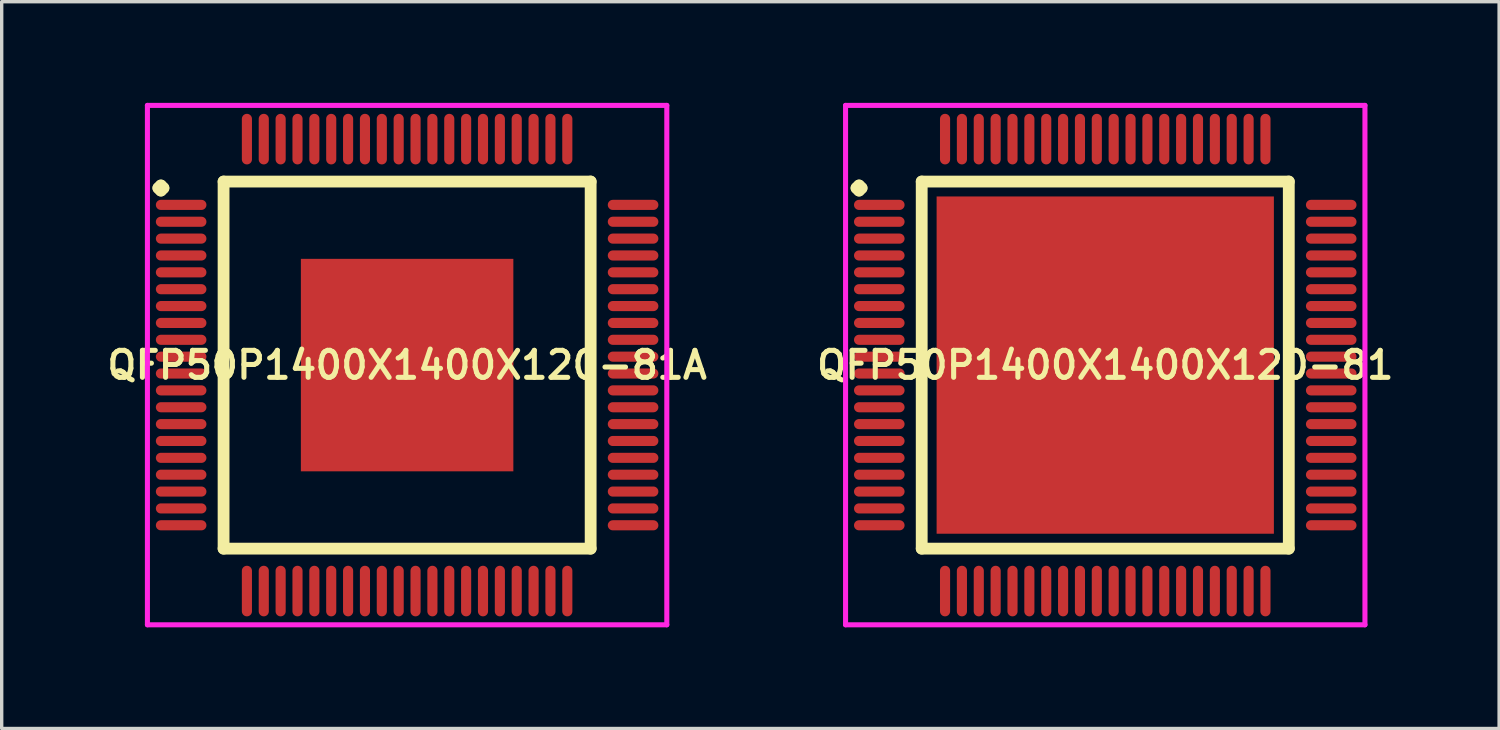
<source format=kicad_pcb>
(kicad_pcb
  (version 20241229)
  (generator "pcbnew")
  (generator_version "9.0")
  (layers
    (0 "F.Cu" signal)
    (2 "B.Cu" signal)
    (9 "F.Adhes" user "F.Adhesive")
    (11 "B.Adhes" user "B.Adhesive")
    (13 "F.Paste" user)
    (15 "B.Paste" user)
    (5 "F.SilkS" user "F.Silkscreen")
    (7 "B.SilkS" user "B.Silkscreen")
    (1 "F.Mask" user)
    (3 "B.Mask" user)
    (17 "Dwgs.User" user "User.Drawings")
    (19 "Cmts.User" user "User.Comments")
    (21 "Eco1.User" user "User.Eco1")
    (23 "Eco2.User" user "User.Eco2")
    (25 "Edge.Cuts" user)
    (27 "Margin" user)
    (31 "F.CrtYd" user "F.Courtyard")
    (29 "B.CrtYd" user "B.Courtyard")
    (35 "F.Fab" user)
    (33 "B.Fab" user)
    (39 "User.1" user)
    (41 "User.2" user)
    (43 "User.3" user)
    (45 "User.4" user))
  (footprint "QFP50P1400X1400X120-81A"
    (layer "F.Cu")
    (at 9.021 7.775)
    (property "Reference" "QFP50P1400X1400X120-81A" (at 0 0 0) (layer "F.SilkS") (effects (font (size 0.8 0.8) (thickness 0.15))))
    (attr smd)
    (fp_line (start -7.375 -5.25) (end -7.3 -5.325) (stroke (width 0.35) (type solid)) (layer "F.SilkS"))
    (fp_line (start -7.3 -5.325) (end -7.225 -5.25) (stroke (width 0.35) (type solid)) (layer "F.SilkS"))
    (fp_line (start -7.3 -5.175) (end -7.375 -5.25) (stroke (width 0.35) (type solid)) (layer "F.SilkS"))
    (fp_line (start -7.225 -5.25) (end -7.3 -5.175) (stroke (width 0.35) (type solid)) (layer "F.SilkS"))
    (fp_line (start -5.442 -5.442) (end -5.442 5.442) (stroke (width 0.35) (type solid)) (layer "F.SilkS"))
    (fp_line (start -5.442 5.442) (end 5.442 5.442) (stroke (width 0.35) (type solid)) (layer "F.SilkS"))
    (fp_line (start 5.442 -5.442) (end -5.442 -5.442) (stroke (width 0.35) (type solid)) (layer "F.SilkS"))
    (fp_line (start 5.442 5.442) (end 5.442 -5.442) (stroke (width 0.35) (type solid)) (layer "F.SilkS"))
    (fp_line (start -7.7 -7.7) (end 7.7 -7.7) (stroke (width 0.15) (type solid)) (layer "F.CrtYd"))
    (fp_line (start -7.7 7.7) (end -7.7 -7.7) (stroke (width 0.15) (type solid)) (layer "F.CrtYd"))
    (fp_line (start 7.7 -7.7) (end 7.7 7.7) (stroke (width 0.15) (type solid)) (layer "F.CrtYd"))
    (fp_line (start 7.7 7.7) (end -7.7 7.7) (stroke (width 0.15) (type solid)) (layer "F.CrtYd"))
    (pad "1" smd oval (at -6.7 -4.75) (size 1.5 0.3) (layers "F.Cu" "F.Mask" "F.Paste"))
    (pad "2" smd oval (at -6.7 -4.25) (size 1.5 0.3) (layers "F.Cu" "F.Mask" "F.Paste"))
    (pad "3" smd oval (at -6.7 -3.75) (size 1.5 0.3) (layers "F.Cu" "F.Mask" "F.Paste"))
    (pad "4" smd oval (at -6.7 -3.25) (size 1.5 0.3) (layers "F.Cu" "F.Mask" "F.Paste"))
    (pad "5" smd oval (at -6.7 -2.75) (size 1.5 0.3) (layers "F.Cu" "F.Mask" "F.Paste"))
    (pad "6" smd oval (at -6.7 -2.25) (size 1.5 0.3) (layers "F.Cu" "F.Mask" "F.Paste"))
    (pad "7" smd oval (at -6.7 -1.75) (size 1.5 0.3) (layers "F.Cu" "F.Mask" "F.Paste"))
    (pad "8" smd oval (at -6.7 -1.25) (size 1.5 0.3) (layers "F.Cu" "F.Mask" "F.Paste"))
    (pad "9" smd oval (at -6.7 -0.75) (size 1.5 0.3) (layers "F.Cu" "F.Mask" "F.Paste"))
    (pad "10" smd oval (at -6.7 -0.25) (size 1.5 0.3) (layers "F.Cu" "F.Mask" "F.Paste"))
    (pad "11" smd oval (at -6.7 0.25) (size 1.5 0.3) (layers "F.Cu" "F.Mask" "F.Paste"))
    (pad "12" smd oval (at -6.7 0.75) (size 1.5 0.3) (layers "F.Cu" "F.Mask" "F.Paste"))
    (pad "13" smd oval (at -6.7 1.25) (size 1.5 0.3) (layers "F.Cu" "F.Mask" "F.Paste"))
    (pad "14" smd oval (at -6.7 1.75) (size 1.5 0.3) (layers "F.Cu" "F.Mask" "F.Paste"))
    (pad "15" smd oval (at -6.7 2.25) (size 1.5 0.3) (layers "F.Cu" "F.Mask" "F.Paste"))
    (pad "16" smd oval (at -6.7 2.75) (size 1.5 0.3) (layers "F.Cu" "F.Mask" "F.Paste"))
    (pad "17" smd oval (at -6.7 3.25) (size 1.5 0.3) (layers "F.Cu" "F.Mask" "F.Paste"))
    (pad "18" smd oval (at -6.7 3.75) (size 1.5 0.3) (layers "F.Cu" "F.Mask" "F.Paste"))
    (pad "19" smd oval (at -6.7 4.25) (size 1.5 0.3) (layers "F.Cu" "F.Mask" "F.Paste"))
    (pad "20" smd oval (at -6.7 4.75) (size 1.5 0.3) (layers "F.Cu" "F.Mask" "F.Paste"))
    (pad "21" smd oval (at -4.75 6.7) (size 0.3 1.5) (layers "F.Cu" "F.Mask" "F.Paste"))
    (pad "22" smd oval (at -4.25 6.7) (size 0.3 1.5) (layers "F.Cu" "F.Mask" "F.Paste"))
    (pad "23" smd oval (at -3.75 6.7) (size 0.3 1.5) (layers "F.Cu" "F.Mask" "F.Paste"))
    (pad "24" smd oval (at -3.25 6.7) (size 0.3 1.5) (layers "F.Cu" "F.Mask" "F.Paste"))
    (pad "25" smd oval (at -2.75 6.7) (size 0.3 1.5) (layers "F.Cu" "F.Mask" "F.Paste"))
    (pad "26" smd oval (at -2.25 6.7) (size 0.3 1.5) (layers "F.Cu" "F.Mask" "F.Paste"))
    (pad "27" smd oval (at -1.75 6.7) (size 0.3 1.5) (layers "F.Cu" "F.Mask" "F.Paste"))
    (pad "28" smd oval (at -1.25 6.7) (size 0.3 1.5) (layers "F.Cu" "F.Mask" "F.Paste"))
    (pad "29" smd oval (at -0.75 6.7) (size 0.3 1.5) (layers "F.Cu" "F.Mask" "F.Paste"))
    (pad "30" smd oval (at -0.25 6.7) (size 0.3 1.5) (layers "F.Cu" "F.Mask" "F.Paste"))
    (pad "31" smd oval (at 0.25 6.7) (size 0.3 1.5) (layers "F.Cu" "F.Mask" "F.Paste"))
    (pad "32" smd oval (at 0.75 6.7) (size 0.3 1.5) (layers "F.Cu" "F.Mask" "F.Paste"))
    (pad "33" smd oval (at 1.25 6.7) (size 0.3 1.5) (layers "F.Cu" "F.Mask" "F.Paste"))
    (pad "34" smd oval (at 1.75 6.7) (size 0.3 1.5) (layers "F.Cu" "F.Mask" "F.Paste"))
    (pad "35" smd oval (at 2.25 6.7) (size 0.3 1.5) (layers "F.Cu" "F.Mask" "F.Paste"))
    (pad "36" smd oval (at 2.75 6.7) (size 0.3 1.5) (layers "F.Cu" "F.Mask" "F.Paste"))
    (pad "37" smd oval (at 3.25 6.7) (size 0.3 1.5) (layers "F.Cu" "F.Mask" "F.Paste"))
    (pad "38" smd oval (at 3.75 6.7) (size 0.3 1.5) (layers "F.Cu" "F.Mask" "F.Paste"))
    (pad "39" smd oval (at 4.25 6.7) (size 0.3 1.5) (layers "F.Cu" "F.Mask" "F.Paste"))
    (pad "40" smd oval (at 4.75 6.7) (size 0.3 1.5) (layers "F.Cu" "F.Mask" "F.Paste"))
    (pad "41" smd oval (at 6.7 4.75) (size 1.5 0.3) (layers "F.Cu" "F.Mask" "F.Paste"))
    (pad "42" smd oval (at 6.7 4.25) (size 1.5 0.3) (layers "F.Cu" "F.Mask" "F.Paste"))
    (pad "43" smd oval (at 6.7 3.75) (size 1.5 0.3) (layers "F.Cu" "F.Mask" "F.Paste"))
    (pad "44" smd oval (at 6.7 3.25) (size 1.5 0.3) (layers "F.Cu" "F.Mask" "F.Paste"))
    (pad "45" smd oval (at 6.7 2.75) (size 1.5 0.3) (layers "F.Cu" "F.Mask" "F.Paste"))
    (pad "46" smd oval (at 6.7 2.25) (size 1.5 0.3) (layers "F.Cu" "F.Mask" "F.Paste"))
    (pad "47" smd oval (at 6.7 1.75) (size 1.5 0.3) (layers "F.Cu" "F.Mask" "F.Paste"))
    (pad "48" smd oval (at 6.7 1.25) (size 1.5 0.3) (layers "F.Cu" "F.Mask" "F.Paste"))
    (pad "49" smd oval (at 6.7 0.75) (size 1.5 0.3) (layers "F.Cu" "F.Mask" "F.Paste"))
    (pad "50" smd oval (at 6.7 0.25) (size 1.5 0.3) (layers "F.Cu" "F.Mask" "F.Paste"))
    (pad "51" smd oval (at 6.7 -0.25) (size 1.5 0.3) (layers "F.Cu" "F.Mask" "F.Paste"))
    (pad "52" smd oval (at 6.7 -0.75) (size 1.5 0.3) (layers "F.Cu" "F.Mask" "F.Paste"))
    (pad "53" smd oval (at 6.7 -1.25) (size 1.5 0.3) (layers "F.Cu" "F.Mask" "F.Paste"))
    (pad "54" smd oval (at 6.7 -1.75) (size 1.5 0.3) (layers "F.Cu" "F.Mask" "F.Paste"))
    (pad "55" smd oval (at 6.7 -2.25) (size 1.5 0.3) (layers "F.Cu" "F.Mask" "F.Paste"))
    (pad "56" smd oval (at 6.7 -2.75) (size 1.5 0.3) (layers "F.Cu" "F.Mask" "F.Paste"))
    (pad "57" smd oval (at 6.7 -3.25) (size 1.5 0.3) (layers "F.Cu" "F.Mask" "F.Paste"))
    (pad "58" smd oval (at 6.7 -3.75) (size 1.5 0.3) (layers "F.Cu" "F.Mask" "F.Paste"))
    (pad "59" smd oval (at 6.7 -4.25) (size 1.5 0.3) (layers "F.Cu" "F.Mask" "F.Paste"))
    (pad "60" smd oval (at 6.7 -4.75) (size 1.5 0.3) (layers "F.Cu" "F.Mask" "F.Paste"))
    (pad "61" smd oval (at 4.75 -6.7) (size 0.3 1.5) (layers "F.Cu" "F.Mask" "F.Paste"))
    (pad "62" smd oval (at 4.25 -6.7) (size 0.3 1.5) (layers "F.Cu" "F.Mask" "F.Paste"))
    (pad "63" smd oval (at 3.75 -6.7) (size 0.3 1.5) (layers "F.Cu" "F.Mask" "F.Paste"))
    (pad "64" smd oval (at 3.25 -6.7) (size 0.3 1.5) (layers "F.Cu" "F.Mask" "F.Paste"))
    (pad "65" smd oval (at 2.75 -6.7) (size 0.3 1.5) (layers "F.Cu" "F.Mask" "F.Paste"))
    (pad "66" smd oval (at 2.25 -6.7) (size 0.3 1.5) (layers "F.Cu" "F.Mask" "F.Paste"))
    (pad "67" smd oval (at 1.75 -6.7) (size 0.3 1.5) (layers "F.Cu" "F.Mask" "F.Paste"))
    (pad "68" smd oval (at 1.25 -6.7) (size 0.3 1.5) (layers "F.Cu" "F.Mask" "F.Paste"))
    (pad "69" smd oval (at 0.75 -6.7) (size 0.3 1.5) (layers "F.Cu" "F.Mask" "F.Paste"))
    (pad "70" smd oval (at 0.25 -6.7) (size 0.3 1.5) (layers "F.Cu" "F.Mask" "F.Paste"))
    (pad "71" smd oval (at -0.25 -6.7) (size 0.3 1.5) (layers "F.Cu" "F.Mask" "F.Paste"))
    (pad "72" smd oval (at -0.75 -6.7) (size 0.3 1.5) (layers "F.Cu" "F.Mask" "F.Paste"))
    (pad "73" smd oval (at -1.25 -6.7) (size 0.3 1.5) (layers "F.Cu" "F.Mask" "F.Paste"))
    (pad "74" smd oval (at -1.75 -6.7) (size 0.3 1.5) (layers "F.Cu" "F.Mask" "F.Paste"))
    (pad "75" smd oval (at -2.25 -6.7) (size 0.3 1.5) (layers "F.Cu" "F.Mask" "F.Paste"))
    (pad "76" smd oval (at -2.75 -6.7) (size 0.3 1.5) (layers "F.Cu" "F.Mask" "F.Paste"))
    (pad "77" smd oval (at -3.25 -6.7) (size 0.3 1.5) (layers "F.Cu" "F.Mask" "F.Paste"))
    (pad "78" smd oval (at -3.75 -6.7) (size 0.3 1.5) (layers "F.Cu" "F.Mask" "F.Paste"))
    (pad "79" smd oval (at -4.25 -6.7) (size 0.3 1.5) (layers "F.Cu" "F.Mask" "F.Paste"))
    (pad "80" smd oval (at -4.75 -6.7) (size 0.3 1.5) (layers "F.Cu" "F.Mask" "F.Paste"))
    (pad "81" smd rect (at 0 0) (size 6.3 6.3) (layers "F.Cu" "F.Mask" "F.Paste")))
  (footprint "QFP50P1400X1400X120-81"
    (layer "F.Cu")
    (at 29.721 7.775)
    (property "Reference" "QFP50P1400X1400X120-81" (at 0 0 0) (layer "F.SilkS") (effects (font (size 0.8 0.8) (thickness 0.15))))
    (attr smd)
    (fp_line (start -7.375 -5.25) (end -7.3 -5.325) (stroke (width 0.35) (type solid)) (layer "F.SilkS"))
    (fp_line (start -7.3 -5.325) (end -7.225 -5.25) (stroke (width 0.35) (type solid)) (layer "F.SilkS"))
    (fp_line (start -7.3 -5.175) (end -7.375 -5.25) (stroke (width 0.35) (type solid)) (layer "F.SilkS"))
    (fp_line (start -7.225 -5.25) (end -7.3 -5.175) (stroke (width 0.35) (type solid)) (layer "F.SilkS"))
    (fp_line (start -5.442 -5.442) (end -5.442 5.442) (stroke (width 0.35) (type solid)) (layer "F.SilkS"))
    (fp_line (start -5.442 5.442) (end 5.442 5.442) (stroke (width 0.35) (type solid)) (layer "F.SilkS"))
    (fp_line (start 5.442 -5.442) (end -5.442 -5.442) (stroke (width 0.35) (type solid)) (layer "F.SilkS"))
    (fp_line (start 5.442 5.442) (end 5.442 -5.442) (stroke (width 0.35) (type solid)) (layer "F.SilkS"))
    (fp_line (start -7.7 -7.7) (end 7.7 -7.7) (stroke (width 0.15) (type solid)) (layer "F.CrtYd"))
    (fp_line (start -7.7 7.7) (end -7.7 -7.7) (stroke (width 0.15) (type solid)) (layer "F.CrtYd"))
    (fp_line (start 7.7 -7.7) (end 7.7 7.7) (stroke (width 0.15) (type solid)) (layer "F.CrtYd"))
    (fp_line (start 7.7 7.7) (end -7.7 7.7) (stroke (width 0.15) (type solid)) (layer "F.CrtYd"))
    (pad "1" smd oval (at -6.7 -4.75) (size 1.5 0.3) (layers "F.Cu" "F.Mask" "F.Paste"))
    (pad "2" smd oval (at -6.7 -4.25) (size 1.5 0.3) (layers "F.Cu" "F.Mask" "F.Paste"))
    (pad "3" smd oval (at -6.7 -3.75) (size 1.5 0.3) (layers "F.Cu" "F.Mask" "F.Paste"))
    (pad "4" smd oval (at -6.7 -3.25) (size 1.5 0.3) (layers "F.Cu" "F.Mask" "F.Paste"))
    (pad "5" smd oval (at -6.7 -2.75) (size 1.5 0.3) (layers "F.Cu" "F.Mask" "F.Paste"))
    (pad "6" smd oval (at -6.7 -2.25) (size 1.5 0.3) (layers "F.Cu" "F.Mask" "F.Paste"))
    (pad "7" smd oval (at -6.7 -1.75) (size 1.5 0.3) (layers "F.Cu" "F.Mask" "F.Paste"))
    (pad "8" smd oval (at -6.7 -1.25) (size 1.5 0.3) (layers "F.Cu" "F.Mask" "F.Paste"))
    (pad "9" smd oval (at -6.7 -0.75) (size 1.5 0.3) (layers "F.Cu" "F.Mask" "F.Paste"))
    (pad "10" smd oval (at -6.7 -0.25) (size 1.5 0.3) (layers "F.Cu" "F.Mask" "F.Paste"))
    (pad "11" smd oval (at -6.7 0.25) (size 1.5 0.3) (layers "F.Cu" "F.Mask" "F.Paste"))
    (pad "12" smd oval (at -6.7 0.75) (size 1.5 0.3) (layers "F.Cu" "F.Mask" "F.Paste"))
    (pad "13" smd oval (at -6.7 1.25) (size 1.5 0.3) (layers "F.Cu" "F.Mask" "F.Paste"))
    (pad "14" smd oval (at -6.7 1.75) (size 1.5 0.3) (layers "F.Cu" "F.Mask" "F.Paste"))
    (pad "15" smd oval (at -6.7 2.25) (size 1.5 0.3) (layers "F.Cu" "F.Mask" "F.Paste"))
    (pad "16" smd oval (at -6.7 2.75) (size 1.5 0.3) (layers "F.Cu" "F.Mask" "F.Paste"))
    (pad "17" smd oval (at -6.7 3.25) (size 1.5 0.3) (layers "F.Cu" "F.Mask" "F.Paste"))
    (pad "18" smd oval (at -6.7 3.75) (size 1.5 0.3) (layers "F.Cu" "F.Mask" "F.Paste"))
    (pad "19" smd oval (at -6.7 4.25) (size 1.5 0.3) (layers "F.Cu" "F.Mask" "F.Paste"))
    (pad "20" smd oval (at -6.7 4.75) (size 1.5 0.3) (layers "F.Cu" "F.Mask" "F.Paste"))
    (pad "21" smd oval (at -4.75 6.7) (size 0.3 1.5) (layers "F.Cu" "F.Mask" "F.Paste"))
    (pad "22" smd oval (at -4.25 6.7) (size 0.3 1.5) (layers "F.Cu" "F.Mask" "F.Paste"))
    (pad "23" smd oval (at -3.75 6.7) (size 0.3 1.5) (layers "F.Cu" "F.Mask" "F.Paste"))
    (pad "24" smd oval (at -3.25 6.7) (size 0.3 1.5) (layers "F.Cu" "F.Mask" "F.Paste"))
    (pad "25" smd oval (at -2.75 6.7) (size 0.3 1.5) (layers "F.Cu" "F.Mask" "F.Paste"))
    (pad "26" smd oval (at -2.25 6.7) (size 0.3 1.5) (layers "F.Cu" "F.Mask" "F.Paste"))
    (pad "27" smd oval (at -1.75 6.7) (size 0.3 1.5) (layers "F.Cu" "F.Mask" "F.Paste"))
    (pad "28" smd oval (at -1.25 6.7) (size 0.3 1.5) (layers "F.Cu" "F.Mask" "F.Paste"))
    (pad "29" smd oval (at -0.75 6.7) (size 0.3 1.5) (layers "F.Cu" "F.Mask" "F.Paste"))
    (pad "30" smd oval (at -0.25 6.7) (size 0.3 1.5) (layers "F.Cu" "F.Mask" "F.Paste"))
    (pad "31" smd oval (at 0.25 6.7) (size 0.3 1.5) (layers "F.Cu" "F.Mask" "F.Paste"))
    (pad "32" smd oval (at 0.75 6.7) (size 0.3 1.5) (layers "F.Cu" "F.Mask" "F.Paste"))
    (pad "33" smd oval (at 1.25 6.7) (size 0.3 1.5) (layers "F.Cu" "F.Mask" "F.Paste"))
    (pad "34" smd oval (at 1.75 6.7) (size 0.3 1.5) (layers "F.Cu" "F.Mask" "F.Paste"))
    (pad "35" smd oval (at 2.25 6.7) (size 0.3 1.5) (layers "F.Cu" "F.Mask" "F.Paste"))
    (pad "36" smd oval (at 2.75 6.7) (size 0.3 1.5) (layers "F.Cu" "F.Mask" "F.Paste"))
    (pad "37" smd oval (at 3.25 6.7) (size 0.3 1.5) (layers "F.Cu" "F.Mask" "F.Paste"))
    (pad "38" smd oval (at 3.75 6.7) (size 0.3 1.5) (layers "F.Cu" "F.Mask" "F.Paste"))
    (pad "39" smd oval (at 4.25 6.7) (size 0.3 1.5) (layers "F.Cu" "F.Mask" "F.Paste"))
    (pad "40" smd oval (at 4.75 6.7) (size 0.3 1.5) (layers "F.Cu" "F.Mask" "F.Paste"))
    (pad "41" smd oval (at 6.7 4.75) (size 1.5 0.3) (layers "F.Cu" "F.Mask" "F.Paste"))
    (pad "42" smd oval (at 6.7 4.25) (size 1.5 0.3) (layers "F.Cu" "F.Mask" "F.Paste"))
    (pad "43" smd oval (at 6.7 3.75) (size 1.5 0.3) (layers "F.Cu" "F.Mask" "F.Paste"))
    (pad "44" smd oval (at 6.7 3.25) (size 1.5 0.3) (layers "F.Cu" "F.Mask" "F.Paste"))
    (pad "45" smd oval (at 6.7 2.75) (size 1.5 0.3) (layers "F.Cu" "F.Mask" "F.Paste"))
    (pad "46" smd oval (at 6.7 2.25) (size 1.5 0.3) (layers "F.Cu" "F.Mask" "F.Paste"))
    (pad "47" smd oval (at 6.7 1.75) (size 1.5 0.3) (layers "F.Cu" "F.Mask" "F.Paste"))
    (pad "48" smd oval (at 6.7 1.25) (size 1.5 0.3) (layers "F.Cu" "F.Mask" "F.Paste"))
    (pad "49" smd oval (at 6.7 0.75) (size 1.5 0.3) (layers "F.Cu" "F.Mask" "F.Paste"))
    (pad "50" smd oval (at 6.7 0.25) (size 1.5 0.3) (layers "F.Cu" "F.Mask" "F.Paste"))
    (pad "51" smd oval (at 6.7 -0.25) (size 1.5 0.3) (layers "F.Cu" "F.Mask" "F.Paste"))
    (pad "52" smd oval (at 6.7 -0.75) (size 1.5 0.3) (layers "F.Cu" "F.Mask" "F.Paste"))
    (pad "53" smd oval (at 6.7 -1.25) (size 1.5 0.3) (layers "F.Cu" "F.Mask" "F.Paste"))
    (pad "54" smd oval (at 6.7 -1.75) (size 1.5 0.3) (layers "F.Cu" "F.Mask" "F.Paste"))
    (pad "55" smd oval (at 6.7 -2.25) (size 1.5 0.3) (layers "F.Cu" "F.Mask" "F.Paste"))
    (pad "56" smd oval (at 6.7 -2.75) (size 1.5 0.3) (layers "F.Cu" "F.Mask" "F.Paste"))
    (pad "57" smd oval (at 6.7 -3.25) (size 1.5 0.3) (layers "F.Cu" "F.Mask" "F.Paste"))
    (pad "58" smd oval (at 6.7 -3.75) (size 1.5 0.3) (layers "F.Cu" "F.Mask" "F.Paste"))
    (pad "59" smd oval (at 6.7 -4.25) (size 1.5 0.3) (layers "F.Cu" "F.Mask" "F.Paste"))
    (pad "60" smd oval (at 6.7 -4.75) (size 1.5 0.3) (layers "F.Cu" "F.Mask" "F.Paste"))
    (pad "61" smd oval (at 4.75 -6.7) (size 0.3 1.5) (layers "F.Cu" "F.Mask" "F.Paste"))
    (pad "62" smd oval (at 4.25 -6.7) (size 0.3 1.5) (layers "F.Cu" "F.Mask" "F.Paste"))
    (pad "63" smd oval (at 3.75 -6.7) (size 0.3 1.5) (layers "F.Cu" "F.Mask" "F.Paste"))
    (pad "64" smd oval (at 3.25 -6.7) (size 0.3 1.5) (layers "F.Cu" "F.Mask" "F.Paste"))
    (pad "65" smd oval (at 2.75 -6.7) (size 0.3 1.5) (layers "F.Cu" "F.Mask" "F.Paste"))
    (pad "66" smd oval (at 2.25 -6.7) (size 0.3 1.5) (layers "F.Cu" "F.Mask" "F.Paste"))
    (pad "67" smd oval (at 1.75 -6.7) (size 0.3 1.5) (layers "F.Cu" "F.Mask" "F.Paste"))
    (pad "68" smd oval (at 1.25 -6.7) (size 0.3 1.5) (layers "F.Cu" "F.Mask" "F.Paste"))
    (pad "69" smd oval (at 0.75 -6.7) (size 0.3 1.5) (layers "F.Cu" "F.Mask" "F.Paste"))
    (pad "70" smd oval (at 0.25 -6.7) (size 0.3 1.5) (layers "F.Cu" "F.Mask" "F.Paste"))
    (pad "71" smd oval (at -0.25 -6.7) (size 0.3 1.5) (layers "F.Cu" "F.Mask" "F.Paste"))
    (pad "72" smd oval (at -0.75 -6.7) (size 0.3 1.5) (layers "F.Cu" "F.Mask" "F.Paste"))
    (pad "73" smd oval (at -1.25 -6.7) (size 0.3 1.5) (layers "F.Cu" "F.Mask" "F.Paste"))
    (pad "74" smd oval (at -1.75 -6.7) (size 0.3 1.5) (layers "F.Cu" "F.Mask" "F.Paste"))
    (pad "75" smd oval (at -2.25 -6.7) (size 0.3 1.5) (layers "F.Cu" "F.Mask" "F.Paste"))
    (pad "76" smd oval (at -2.75 -6.7) (size 0.3 1.5) (layers "F.Cu" "F.Mask" "F.Paste"))
    (pad "77" smd oval (at -3.25 -6.7) (size 0.3 1.5) (layers "F.Cu" "F.Mask" "F.Paste"))
    (pad "78" smd oval (at -3.75 -6.7) (size 0.3 1.5) (layers "F.Cu" "F.Mask" "F.Paste"))
    (pad "79" smd oval (at -4.25 -6.7) (size 0.3 1.5) (layers "F.Cu" "F.Mask" "F.Paste"))
    (pad "80" smd oval (at -4.75 -6.7) (size 0.3 1.5) (layers "F.Cu" "F.Mask" "F.Paste"))
    (pad "81" smd rect (at 0 0) (size 10 10) (layers "F.Cu" "F.Mask" "F.Paste")))
  (gr_rect
    (start -3 -3)
    (end 41.399 18.55)
    (stroke (width 0.1) (type default))
    (fill no)
    (layer "Edge.Cuts")))
</source>
